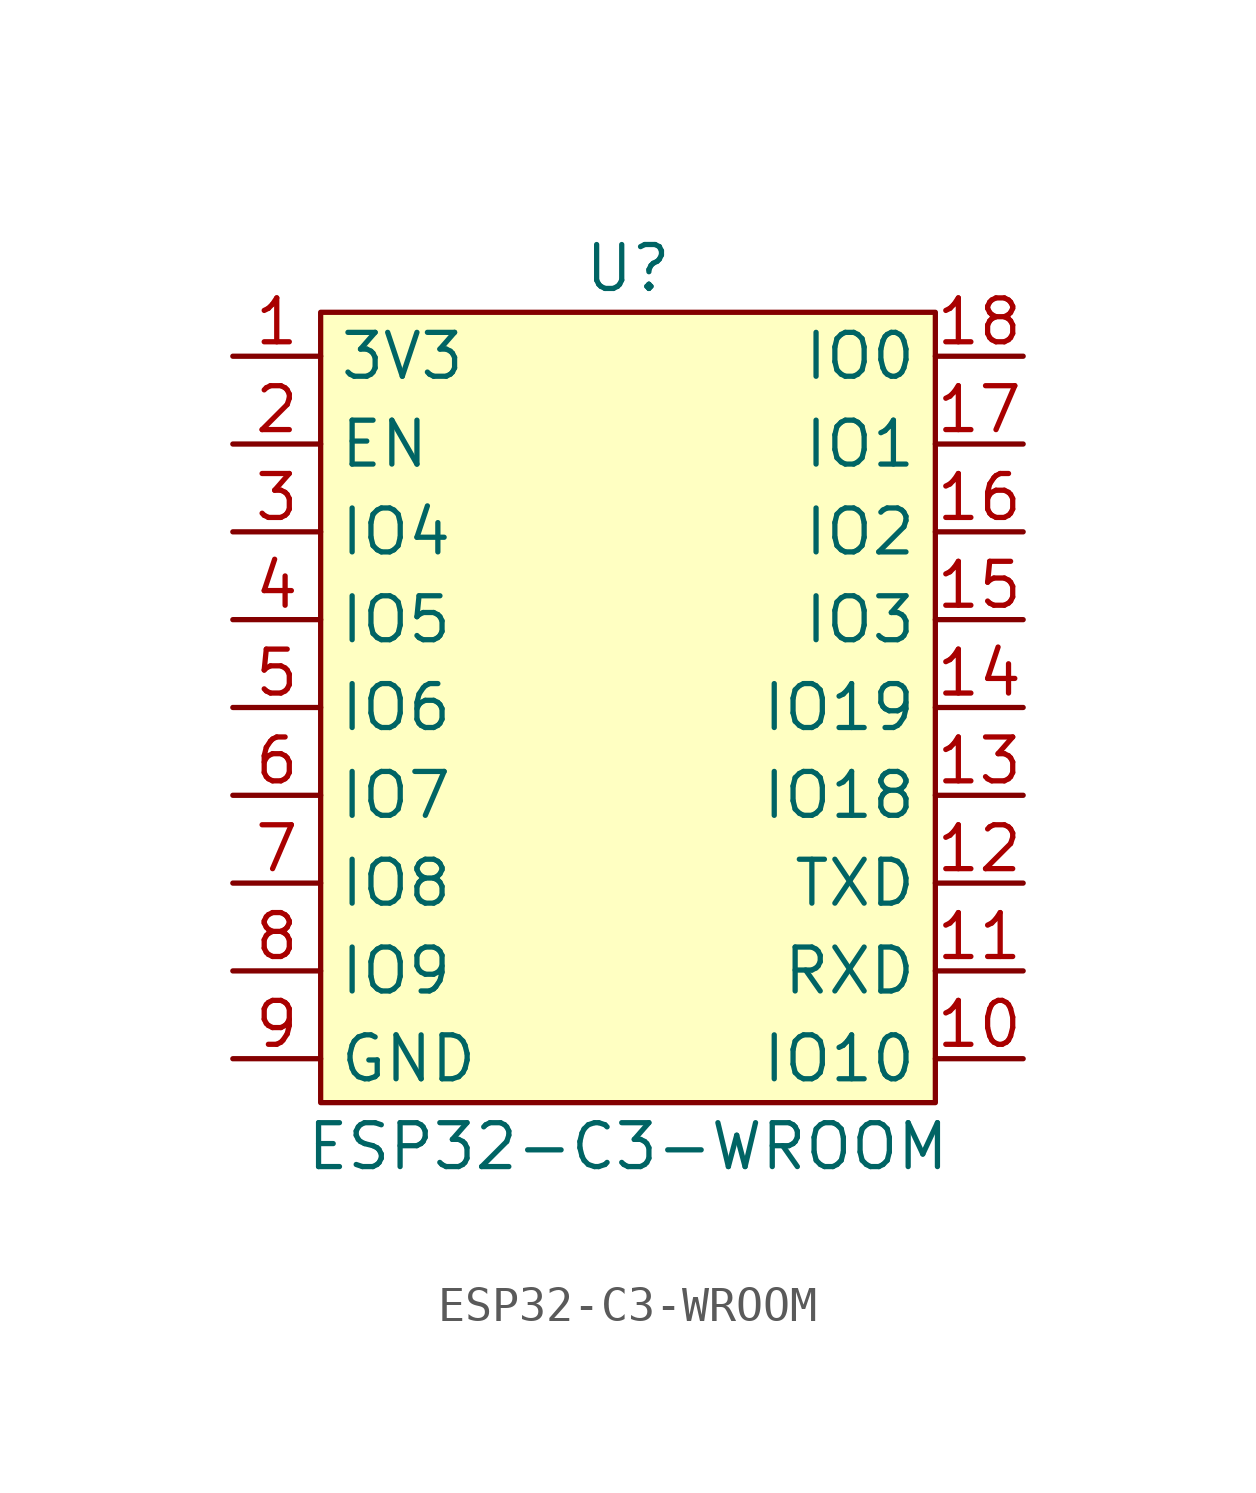
<source format=kicad_sym>
(kicad_symbol_lib
  (version 20211014)
  (generator kicad_symbol_editor)
  (symbol "ESP32-C3-WROOM"
    (property "Reference" "U"
      (at 0 12.7 0)
      (effects (font (size 1.27 1.27))))
    (property "Value" "ESP32-C3-WROOM"
      (at 0 -12.7 0)
      (effects (font (size 1.27 1.27))))
    (symbol "ESP32-C3-WROOM_0_1"
      (rectangle (start -8.89 -11.43) (end 8.89 11.43) (stroke (width 0) (type default) (color 0 0 0 0)) (fill (type background))))
    (symbol "ESP32-C3-WROOM_1_1"
      (pin input line (at -11.43 10.16 0) (length 2.54) (name "3V3" (effects (font (size 1.27 1.27)))) (number "1" (effects (font (size 1.27 1.27)))))
      (pin input line (at 11.43 -10.16 180) (length 2.54) (name "IO10" (effects (font (size 1.27 1.27)))) (number "10" (effects (font (size 1.27 1.27)))))
      (pin input line (at 11.43 -7.62 180) (length 2.54) (name "RXD" (effects (font (size 1.27 1.27)))) (number "11" (effects (font (size 1.27 1.27)))))
      (pin input line (at 11.43 -5.08 180) (length 2.54) (name "TXD" (effects (font (size 1.27 1.27)))) (number "12" (effects (font (size 1.27 1.27)))))
      (pin input line (at 11.43 -2.54 180) (length 2.54) (name "IO18" (effects (font (size 1.27 1.27)))) (number "13" (effects (font (size 1.27 1.27)))))
      (pin input line (at 11.43 0 180) (length 2.54) (name "IO19" (effects (font (size 1.27 1.27)))) (number "14" (effects (font (size 1.27 1.27)))))
      (pin input line (at 11.43 2.54 180) (length 2.54) (name "IO3" (effects (font (size 1.27 1.27)))) (number "15" (effects (font (size 1.27 1.27)))))
      (pin input line (at 11.43 5.08 180) (length 2.54) (name "IO2" (effects (font (size 1.27 1.27)))) (number "16" (effects (font (size 1.27 1.27)))))
      (pin input line (at 11.43 7.62 180) (length 2.54) (name "IO1" (effects (font (size 1.27 1.27)))) (number "17" (effects (font (size 1.27 1.27)))))
      (pin input line (at 11.43 10.16 180) (length 2.54) (name "IO0" (effects (font (size 1.27 1.27)))) (number "18" (effects (font (size 1.27 1.27)))))
      (pin input line (at -11.43 7.62 0) (length 2.54) (name "EN" (effects (font (size 1.27 1.27)))) (number "2" (effects (font (size 1.27 1.27)))))
      (pin input line (at -11.43 5.08 0) (length 2.54) (name "IO4" (effects (font (size 1.27 1.27)))) (number "3" (effects (font (size 1.27 1.27)))))
      (pin input line (at -11.43 2.54 0) (length 2.54) (name "IO5" (effects (font (size 1.27 1.27)))) (number "4" (effects (font (size 1.27 1.27)))))
      (pin input line (at -11.43 0 0) (length 2.54) (name "IO6" (effects (font (size 1.27 1.27)))) (number "5" (effects (font (size 1.27 1.27)))))
      (pin input line (at -11.43 -2.54 0) (length 2.54) (name "IO7" (effects (font (size 1.27 1.27)))) (number "6" (effects (font (size 1.27 1.27)))))
      (pin input line (at -11.43 -5.08 0) (length 2.54) (name "IO8" (effects (font (size 1.27 1.27)))) (number "7" (effects (font (size 1.27 1.27)))))
      (pin input line (at -11.43 -7.62 0) (length 2.54) (name "IO9" (effects (font (size 1.27 1.27)))) (number "8" (effects (font (size 1.27 1.27)))))
      (pin input line (at -11.43 -10.16 0) (length 2.54) (name "GND" (effects (font (size 1.27 1.27)))) (number "9" (effects (font (size 1.27 1.27))))))))
</source>
